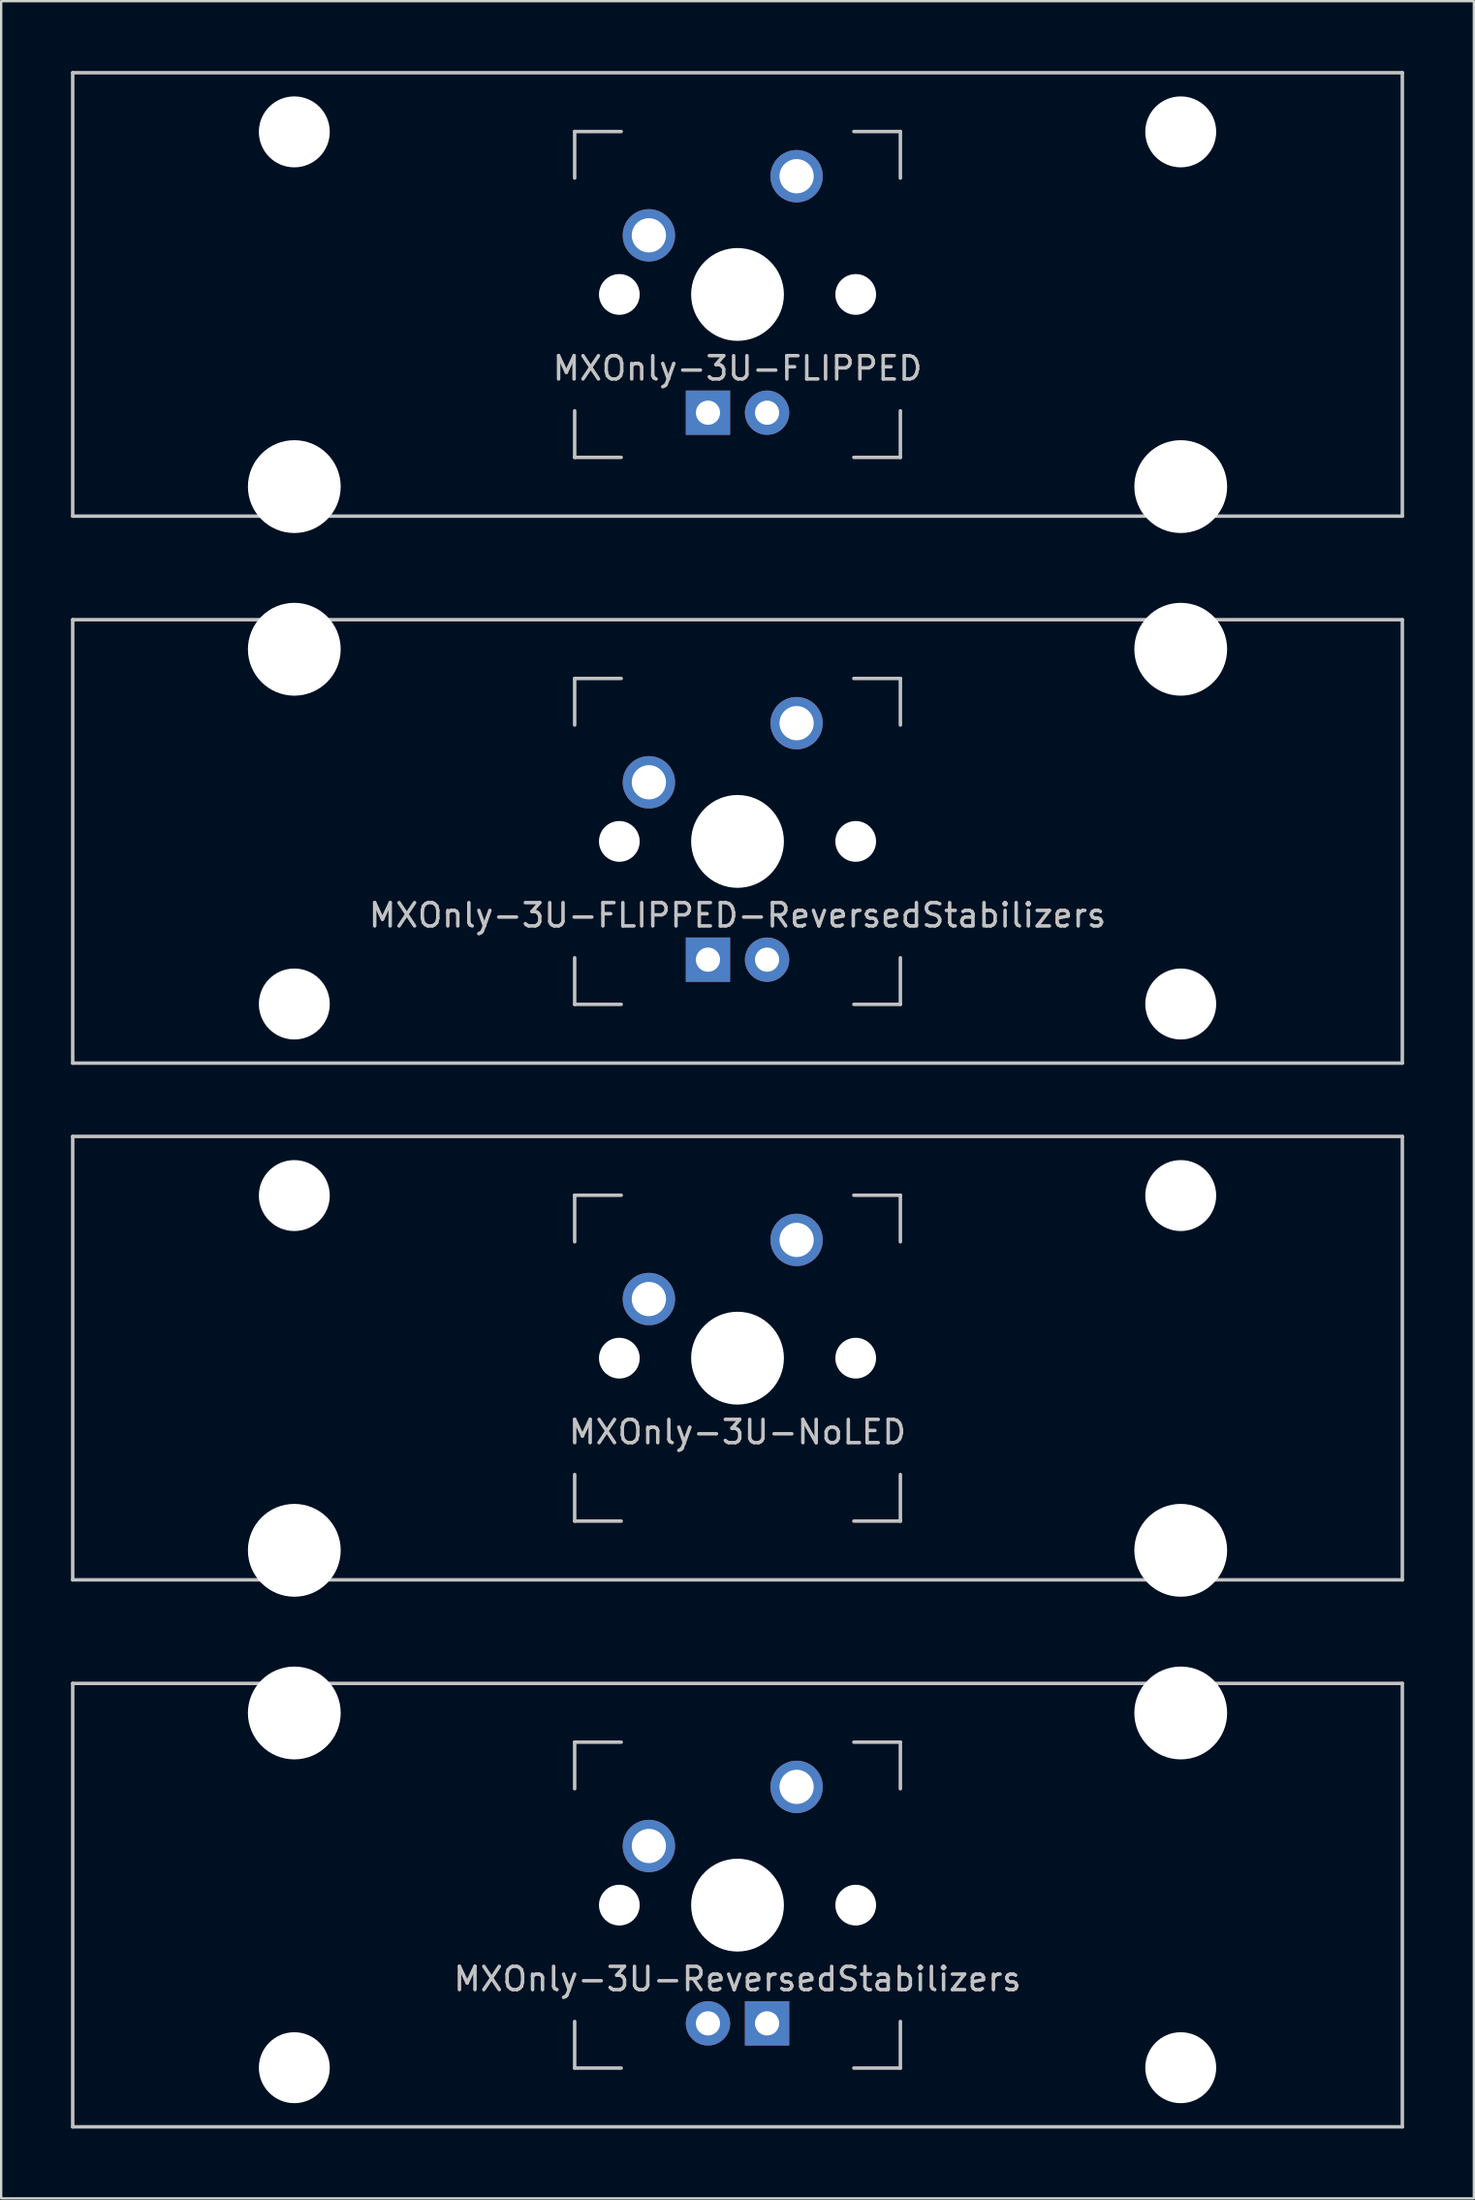
<source format=kicad_pcb>
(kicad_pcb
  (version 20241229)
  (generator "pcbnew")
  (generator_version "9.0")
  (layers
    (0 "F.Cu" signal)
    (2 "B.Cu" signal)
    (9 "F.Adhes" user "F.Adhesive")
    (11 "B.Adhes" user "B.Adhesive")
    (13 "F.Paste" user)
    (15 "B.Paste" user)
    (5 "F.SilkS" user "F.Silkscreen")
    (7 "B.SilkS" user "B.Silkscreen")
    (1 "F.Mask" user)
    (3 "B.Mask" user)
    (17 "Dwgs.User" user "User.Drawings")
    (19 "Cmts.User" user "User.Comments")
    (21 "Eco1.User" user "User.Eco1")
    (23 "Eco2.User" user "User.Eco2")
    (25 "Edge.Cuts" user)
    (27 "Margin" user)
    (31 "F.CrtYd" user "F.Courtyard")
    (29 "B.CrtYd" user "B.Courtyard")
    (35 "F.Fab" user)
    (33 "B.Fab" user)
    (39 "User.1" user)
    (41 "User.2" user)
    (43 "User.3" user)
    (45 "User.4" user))
  (footprint "MXOnly-3U-FLIPPED"
    (layer "F.Cu")
    (at 28.65 9.6)
    (property "Reference" "MXOnly-3U-FLIPPED" (at 0 3.175 0) (layer "Dwgs.User") (effects (font (size 1 1) (thickness 0.15))))
    (attr through_hole)
    (fp_line (start -28.575 -9.525) (end 28.575 -9.525) (stroke (width 0.15) (type solid)) (layer "Dwgs.User"))
    (fp_line (start -28.575 9.525) (end -28.575 -9.525) (stroke (width 0.15) (type solid)) (layer "Dwgs.User"))
    (fp_line (start -28.575 9.525) (end 28.575 9.525) (stroke (width 0.15) (type solid)) (layer "Dwgs.User"))
    (fp_line (start -7 -7) (end -7 -5) (stroke (width 0.15) (type solid)) (layer "Dwgs.User"))
    (fp_line (start -7 5) (end -7 7) (stroke (width 0.15) (type solid)) (layer "Dwgs.User"))
    (fp_line (start -7 7) (end -5 7) (stroke (width 0.15) (type solid)) (layer "Dwgs.User"))
    (fp_line (start -5 -7) (end -7 -7) (stroke (width 0.15) (type solid)) (layer "Dwgs.User"))
    (fp_line (start 5 -7) (end 7 -7) (stroke (width 0.15) (type solid)) (layer "Dwgs.User"))
    (fp_line (start 5 7) (end 7 7) (stroke (width 0.15) (type solid)) (layer "Dwgs.User"))
    (fp_line (start 7 -7) (end 7 -5) (stroke (width 0.15) (type solid)) (layer "Dwgs.User"))
    (fp_line (start 7 7) (end 7 5) (stroke (width 0.15) (type solid)) (layer "Dwgs.User"))
    (fp_line (start 28.575 -9.525) (end 28.575 9.525) (stroke (width 0.15) (type solid)) (layer "Dwgs.User"))
    (pad "" np_thru_hole circle (at -19.05 -6.985) (size 3.048 3.048) (drill 3.048) (layers "*.Cu" "*.Mask"))
    (pad "" np_thru_hole circle (at -19.05 8.255) (size 3.988 3.988) (drill 3.988) (layers "*.Cu" "*.Mask"))
    (pad "" np_thru_hole circle (at -5.08 0 48.1) (size 1.75 1.75) (drill 1.75) (layers "*.Cu" "*.Mask"))
    (pad "" np_thru_hole circle (at 0 0) (size 3.988 3.988) (drill 3.988) (layers "*.Cu" "*.Mask"))
    (pad "" np_thru_hole circle (at 5.08 0 48.1) (size 1.75 1.75) (drill 1.75) (layers "*.Cu" "*.Mask"))
    (pad "" np_thru_hole circle (at 19.05 -6.985) (size 3.048 3.048) (drill 3.048) (layers "*.Cu" "*.Mask"))
    (pad "" np_thru_hole circle (at 19.05 8.255) (size 3.988 3.988) (drill 3.988) (layers "*.Cu" "*.Mask"))
    (pad "1" thru_hole circle (at -3.81 -2.54 48.1) (size 2.25 2.25) (drill 1.47) (layers "*.Cu" "B.Mask"))
    (pad "2" thru_hole circle (at 2.54 -5.08) (size 2.25 2.25) (drill 1.47) (layers "*.Cu" "B.Mask"))
    (pad "3" thru_hole circle (at 1.27 5.08) (size 1.905 1.905) (drill 1.04) (layers "*.Cu" "B.Mask"))
    (pad "4" thru_hole rect (at -1.27 5.08) (size 1.905 1.905) (drill 1.04) (layers "*.Cu" "B.Mask")))
  (footprint "MXOnly-3U-FLIPPED-ReversedStabilizers"
    (layer "F.Cu")
    (at 28.65 33.098)
    (property "Reference" "MXOnly-3U-FLIPPED-ReversedStabilizers" (at 0 3.175 0) (layer "Dwgs.User") (effects (font (size 1 1) (thickness 0.15))))
    (attr through_hole)
    (fp_line (start -28.575 -9.525) (end 28.575 -9.525) (stroke (width 0.15) (type solid)) (layer "Dwgs.User"))
    (fp_line (start -28.575 9.525) (end -28.575 -9.525) (stroke (width 0.15) (type solid)) (layer "Dwgs.User"))
    (fp_line (start -28.575 9.525) (end 28.575 9.525) (stroke (width 0.15) (type solid)) (layer "Dwgs.User"))
    (fp_line (start -7 -7) (end -7 -5) (stroke (width 0.15) (type solid)) (layer "Dwgs.User"))
    (fp_line (start -7 5) (end -7 7) (stroke (width 0.15) (type solid)) (layer "Dwgs.User"))
    (fp_line (start -7 7) (end -5 7) (stroke (width 0.15) (type solid)) (layer "Dwgs.User"))
    (fp_line (start -5 -7) (end -7 -7) (stroke (width 0.15) (type solid)) (layer "Dwgs.User"))
    (fp_line (start 5 -7) (end 7 -7) (stroke (width 0.15) (type solid)) (layer "Dwgs.User"))
    (fp_line (start 5 7) (end 7 7) (stroke (width 0.15) (type solid)) (layer "Dwgs.User"))
    (fp_line (start 7 -7) (end 7 -5) (stroke (width 0.15) (type solid)) (layer "Dwgs.User"))
    (fp_line (start 7 7) (end 7 5) (stroke (width 0.15) (type solid)) (layer "Dwgs.User"))
    (fp_line (start 28.575 -9.525) (end 28.575 9.525) (stroke (width 0.15) (type solid)) (layer "Dwgs.User"))
    (pad "" np_thru_hole circle (at -19.05 -8.255) (size 3.988 3.988) (drill 3.988) (layers "*.Cu" "*.Mask"))
    (pad "" np_thru_hole circle (at -19.05 6.985) (size 3.048 3.048) (drill 3.048) (layers "*.Cu" "*.Mask"))
    (pad "" np_thru_hole circle (at -5.08 0 48.1) (size 1.75 1.75) (drill 1.75) (layers "*.Cu" "*.Mask"))
    (pad "" np_thru_hole circle (at 0 0) (size 3.988 3.988) (drill 3.988) (layers "*.Cu" "*.Mask"))
    (pad "" np_thru_hole circle (at 5.08 0 48.1) (size 1.75 1.75) (drill 1.75) (layers "*.Cu" "*.Mask"))
    (pad "" np_thru_hole circle (at 19.05 -8.255) (size 3.988 3.988) (drill 3.988) (layers "*.Cu" "*.Mask"))
    (pad "" np_thru_hole circle (at 19.05 6.985) (size 3.048 3.048) (drill 3.048) (layers "*.Cu" "*.Mask"))
    (pad "1" thru_hole circle (at -3.81 -2.54 48.1) (size 2.25 2.25) (drill 1.47) (layers "*.Cu" "B.Mask"))
    (pad "2" thru_hole circle (at 2.54 -5.08) (size 2.25 2.25) (drill 1.47) (layers "*.Cu" "B.Mask"))
    (pad "3" thru_hole circle (at 1.27 5.08) (size 1.905 1.905) (drill 1.04) (layers "*.Cu" "B.Mask"))
    (pad "4" thru_hole rect (at -1.27 5.08) (size 1.905 1.905) (drill 1.04) (layers "*.Cu" "B.Mask")))
  (footprint "MXOnly-3U-ReversedStabilizers"
    (layer "F.Cu")
    (at 28.65 78.796)
    (property "Reference" "MXOnly-3U-ReversedStabilizers" (at 0 3.175 0) (layer "Dwgs.User") (effects (font (size 1 1) (thickness 0.15))))
    (attr through_hole)
    (fp_line (start -28.575 -9.525) (end 28.575 -9.525) (stroke (width 0.15) (type solid)) (layer "Dwgs.User"))
    (fp_line (start -28.575 9.525) (end -28.575 -9.525) (stroke (width 0.15) (type solid)) (layer "Dwgs.User"))
    (fp_line (start -28.575 9.525) (end 28.575 9.525) (stroke (width 0.15) (type solid)) (layer "Dwgs.User"))
    (fp_line (start -7 -7) (end -7 -5) (stroke (width 0.15) (type solid)) (layer "Dwgs.User"))
    (fp_line (start -7 5) (end -7 7) (stroke (width 0.15) (type solid)) (layer "Dwgs.User"))
    (fp_line (start -7 7) (end -5 7) (stroke (width 0.15) (type solid)) (layer "Dwgs.User"))
    (fp_line (start -5 -7) (end -7 -7) (stroke (width 0.15) (type solid)) (layer "Dwgs.User"))
    (fp_line (start 5 -7) (end 7 -7) (stroke (width 0.15) (type solid)) (layer "Dwgs.User"))
    (fp_line (start 5 7) (end 7 7) (stroke (width 0.15) (type solid)) (layer "Dwgs.User"))
    (fp_line (start 7 -7) (end 7 -5) (stroke (width 0.15) (type solid)) (layer "Dwgs.User"))
    (fp_line (start 7 7) (end 7 5) (stroke (width 0.15) (type solid)) (layer "Dwgs.User"))
    (fp_line (start 28.575 -9.525) (end 28.575 9.525) (stroke (width 0.15) (type solid)) (layer "Dwgs.User"))
    (pad "" np_thru_hole circle (at -19.05 -8.255) (size 3.988 3.988) (drill 3.988) (layers "*.Cu" "*.Mask"))
    (pad "" np_thru_hole circle (at -19.05 6.985) (size 3.048 3.048) (drill 3.048) (layers "*.Cu" "*.Mask"))
    (pad "" np_thru_hole circle (at -5.08 0 48.1) (size 1.75 1.75) (drill 1.75) (layers "*.Cu" "*.Mask"))
    (pad "" np_thru_hole circle (at 0 0) (size 3.988 3.988) (drill 3.988) (layers "*.Cu" "*.Mask"))
    (pad "" np_thru_hole circle (at 5.08 0 48.1) (size 1.75 1.75) (drill 1.75) (layers "*.Cu" "*.Mask"))
    (pad "" np_thru_hole circle (at 19.05 -8.255) (size 3.988 3.988) (drill 3.988) (layers "*.Cu" "*.Mask"))
    (pad "" np_thru_hole circle (at 19.05 6.985) (size 3.048 3.048) (drill 3.048) (layers "*.Cu" "*.Mask"))
    (pad "1" thru_hole circle (at -3.81 -2.54 48.1) (size 2.25 2.25) (drill 1.47) (layers "*.Cu" "B.Mask"))
    (pad "2" thru_hole circle (at 2.54 -5.08) (size 2.25 2.25) (drill 1.47) (layers "*.Cu" "B.Mask"))
    (pad "3" thru_hole circle (at -1.27 5.08) (size 1.905 1.905) (drill 1.04) (layers "*.Cu" "B.Mask"))
    (pad "4" thru_hole rect (at 1.27 5.08) (size 1.905 1.905) (drill 1.04) (layers "*.Cu" "B.Mask")))
  (footprint "MXOnly-3U-NoLED"
    (layer "F.Cu")
    (at 28.65 55.298)
    (property "Reference" "MXOnly-3U-NoLED" (at 0 3.175 0) (layer "Dwgs.User") (effects (font (size 1 1) (thickness 0.15))))
    (attr through_hole)
    (fp_line (start -28.575 -9.525) (end 28.575 -9.525) (stroke (width 0.15) (type solid)) (layer "Dwgs.User"))
    (fp_line (start -28.575 9.525) (end -28.575 -9.525) (stroke (width 0.15) (type solid)) (layer "Dwgs.User"))
    (fp_line (start -28.575 9.525) (end 28.575 9.525) (stroke (width 0.15) (type solid)) (layer "Dwgs.User"))
    (fp_line (start -7 -7) (end -7 -5) (stroke (width 0.15) (type solid)) (layer "Dwgs.User"))
    (fp_line (start -7 5) (end -7 7) (stroke (width 0.15) (type solid)) (layer "Dwgs.User"))
    (fp_line (start -7 7) (end -5 7) (stroke (width 0.15) (type solid)) (layer "Dwgs.User"))
    (fp_line (start -5 -7) (end -7 -7) (stroke (width 0.15) (type solid)) (layer "Dwgs.User"))
    (fp_line (start 5 -7) (end 7 -7) (stroke (width 0.15) (type solid)) (layer "Dwgs.User"))
    (fp_line (start 5 7) (end 7 7) (stroke (width 0.15) (type solid)) (layer "Dwgs.User"))
    (fp_line (start 7 -7) (end 7 -5) (stroke (width 0.15) (type solid)) (layer "Dwgs.User"))
    (fp_line (start 7 7) (end 7 5) (stroke (width 0.15) (type solid)) (layer "Dwgs.User"))
    (fp_line (start 28.575 -9.525) (end 28.575 9.525) (stroke (width 0.15) (type solid)) (layer "Dwgs.User"))
    (pad "" np_thru_hole circle (at -19.05 -6.985) (size 3.048 3.048) (drill 3.048) (layers "*.Cu" "*.Mask"))
    (pad "" np_thru_hole circle (at -19.05 8.255) (size 3.988 3.988) (drill 3.988) (layers "*.Cu" "*.Mask"))
    (pad "" np_thru_hole circle (at -5.08 0 48.1) (size 1.75 1.75) (drill 1.75) (layers "*.Cu" "*.Mask"))
    (pad "" np_thru_hole circle (at 0 0) (size 3.988 3.988) (drill 3.988) (layers "*.Cu" "*.Mask"))
    (pad "" np_thru_hole circle (at 5.08 0 48.1) (size 1.75 1.75) (drill 1.75) (layers "*.Cu" "*.Mask"))
    (pad "" np_thru_hole circle (at 19.05 -6.985) (size 3.048 3.048) (drill 3.048) (layers "*.Cu" "*.Mask"))
    (pad "" np_thru_hole circle (at 19.05 8.255) (size 3.988 3.988) (drill 3.988) (layers "*.Cu" "*.Mask"))
    (pad "1" thru_hole circle (at -3.81 -2.54 48.1) (size 2.25 2.25) (drill 1.47) (layers "*.Cu" "B.Mask"))
    (pad "2" thru_hole circle (at 2.54 -5.08) (size 2.25 2.25) (drill 1.47) (layers "*.Cu" "B.Mask")))
  (gr_rect
    (start -3 -3)
    (end 60.3 91.396)
    (stroke (width 0.1) (type default))
    (fill no)
    (layer "Edge.Cuts")))
</source>
